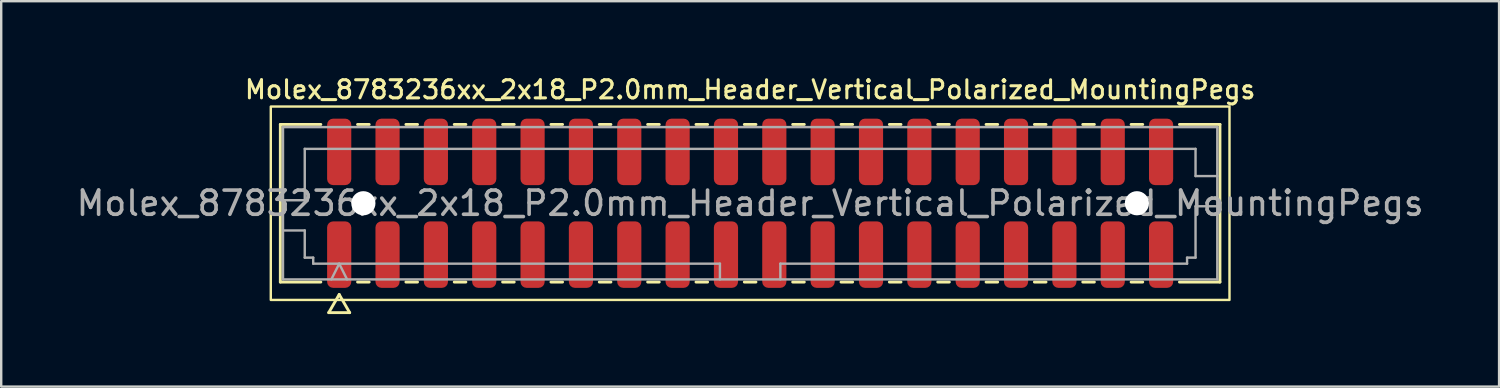
<source format=kicad_pcb>
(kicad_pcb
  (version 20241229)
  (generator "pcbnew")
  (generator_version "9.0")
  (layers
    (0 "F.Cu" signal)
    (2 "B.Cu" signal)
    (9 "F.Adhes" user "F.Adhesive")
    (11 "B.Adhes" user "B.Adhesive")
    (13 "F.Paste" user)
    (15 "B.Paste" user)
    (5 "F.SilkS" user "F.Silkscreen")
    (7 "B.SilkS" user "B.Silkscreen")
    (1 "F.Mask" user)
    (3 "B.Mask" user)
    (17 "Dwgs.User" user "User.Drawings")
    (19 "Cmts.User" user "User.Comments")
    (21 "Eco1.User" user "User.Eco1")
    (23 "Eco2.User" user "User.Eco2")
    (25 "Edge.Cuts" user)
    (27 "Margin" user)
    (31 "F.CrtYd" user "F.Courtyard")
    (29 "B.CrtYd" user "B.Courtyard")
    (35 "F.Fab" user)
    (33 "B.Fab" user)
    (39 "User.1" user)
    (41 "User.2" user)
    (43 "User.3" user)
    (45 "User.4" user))
  (footprint "Molex_8783236xx_2x18_P2.0mm_Header_Vertical_Polarized_MountingPegs"
    (layer "F.Cu")
    (at 27.982 5.358)
    (property "Reference" "Molex_8783236xx_2x18_P2.0mm_Header_Vertical_Polarized_MountingPegs" (at 0 -4.7 0) (layer "F.SilkS") (effects (font (size 0.75 0.75) (thickness 0.125))))
    (attr smd)
    (fp_line (start -19.435 -3.26) (end -17.76 -3.26) (stroke (width 0.12) (type solid)) (layer "F.SilkS"))
    (fp_line (start -19.435 3.26) (end -19.435 -3.26) (stroke (width 0.12) (type solid)) (layer "F.SilkS"))
    (fp_line (start -17.76 3.26) (end -19.435 3.26) (stroke (width 0.12) (type solid)) (layer "F.SilkS"))
    (fp_line (start -17.433 4.525) (end -17 3.775) (stroke (width 0.12) (type solid)) (layer "F.SilkS"))
    (fp_line (start -17 3.775) (end -16.567 4.525) (stroke (width 0.12) (type solid)) (layer "F.SilkS"))
    (fp_line (start -16.567 4.525) (end -17.433 4.525) (stroke (width 0.12) (type solid)) (layer "F.SilkS"))
    (fp_line (start -16.24 -3.26) (end -15.76 -3.26) (stroke (width 0.12) (type solid)) (layer "F.SilkS"))
    (fp_line (start -15.76 3.26) (end -16.24 3.26) (stroke (width 0.12) (type solid)) (layer "F.SilkS"))
    (fp_line (start -14.24 -3.26) (end -13.76 -3.26) (stroke (width 0.12) (type solid)) (layer "F.SilkS"))
    (fp_line (start -13.76 3.26) (end -14.24 3.26) (stroke (width 0.12) (type solid)) (layer "F.SilkS"))
    (fp_line (start -12.24 -3.26) (end -11.76 -3.26) (stroke (width 0.12) (type solid)) (layer "F.SilkS"))
    (fp_line (start -11.76 3.26) (end -12.24 3.26) (stroke (width 0.12) (type solid)) (layer "F.SilkS"))
    (fp_line (start -10.24 -3.26) (end -9.76 -3.26) (stroke (width 0.12) (type solid)) (layer "F.SilkS"))
    (fp_line (start -9.76 3.26) (end -10.24 3.26) (stroke (width 0.12) (type solid)) (layer "F.SilkS"))
    (fp_line (start -8.24 -3.26) (end -7.76 -3.26) (stroke (width 0.12) (type solid)) (layer "F.SilkS"))
    (fp_line (start -7.76 3.26) (end -8.24 3.26) (stroke (width 0.12) (type solid)) (layer "F.SilkS"))
    (fp_line (start -6.24 -3.26) (end -5.76 -3.26) (stroke (width 0.12) (type solid)) (layer "F.SilkS"))
    (fp_line (start -5.76 3.26) (end -6.24 3.26) (stroke (width 0.12) (type solid)) (layer "F.SilkS"))
    (fp_line (start -4.24 -3.26) (end -3.76 -3.26) (stroke (width 0.12) (type solid)) (layer "F.SilkS"))
    (fp_line (start -3.76 3.26) (end -4.24 3.26) (stroke (width 0.12) (type solid)) (layer "F.SilkS"))
    (fp_line (start -2.24 -3.26) (end -1.76 -3.26) (stroke (width 0.12) (type solid)) (layer "F.SilkS"))
    (fp_line (start -1.76 3.26) (end -2.24 3.26) (stroke (width 0.12) (type solid)) (layer "F.SilkS"))
    (fp_line (start -0.24 -3.26) (end 0.24 -3.26) (stroke (width 0.12) (type solid)) (layer "F.SilkS"))
    (fp_line (start 0.24 3.26) (end -0.24 3.26) (stroke (width 0.12) (type solid)) (layer "F.SilkS"))
    (fp_line (start 1.76 -3.26) (end 2.24 -3.26) (stroke (width 0.12) (type solid)) (layer "F.SilkS"))
    (fp_line (start 2.24 3.26) (end 1.76 3.26) (stroke (width 0.12) (type solid)) (layer "F.SilkS"))
    (fp_line (start 3.76 -3.26) (end 4.24 -3.26) (stroke (width 0.12) (type solid)) (layer "F.SilkS"))
    (fp_line (start 4.24 3.26) (end 3.76 3.26) (stroke (width 0.12) (type solid)) (layer "F.SilkS"))
    (fp_line (start 5.76 -3.26) (end 6.24 -3.26) (stroke (width 0.12) (type solid)) (layer "F.SilkS"))
    (fp_line (start 6.24 3.26) (end 5.76 3.26) (stroke (width 0.12) (type solid)) (layer "F.SilkS"))
    (fp_line (start 7.76 -3.26) (end 8.24 -3.26) (stroke (width 0.12) (type solid)) (layer "F.SilkS"))
    (fp_line (start 8.24 3.26) (end 7.76 3.26) (stroke (width 0.12) (type solid)) (layer "F.SilkS"))
    (fp_line (start 9.76 -3.26) (end 10.24 -3.26) (stroke (width 0.12) (type solid)) (layer "F.SilkS"))
    (fp_line (start 10.24 3.26) (end 9.76 3.26) (stroke (width 0.12) (type solid)) (layer "F.SilkS"))
    (fp_line (start 11.76 -3.26) (end 12.24 -3.26) (stroke (width 0.12) (type solid)) (layer "F.SilkS"))
    (fp_line (start 12.24 3.26) (end 11.76 3.26) (stroke (width 0.12) (type solid)) (layer "F.SilkS"))
    (fp_line (start 13.76 -3.26) (end 14.24 -3.26) (stroke (width 0.12) (type solid)) (layer "F.SilkS"))
    (fp_line (start 14.24 3.26) (end 13.76 3.26) (stroke (width 0.12) (type solid)) (layer "F.SilkS"))
    (fp_line (start 15.76 -3.26) (end 16.24 -3.26) (stroke (width 0.12) (type solid)) (layer "F.SilkS"))
    (fp_line (start 16.24 3.26) (end 15.76 3.26) (stroke (width 0.12) (type solid)) (layer "F.SilkS"))
    (fp_line (start 17.76 -3.26) (end 19.435 -3.26) (stroke (width 0.12) (type solid)) (layer "F.SilkS"))
    (fp_line (start 19.435 -3.26) (end 19.435 3.26) (stroke (width 0.12) (type solid)) (layer "F.SilkS"))
    (fp_line (start 19.435 3.26) (end 17.76 3.26) (stroke (width 0.12) (type solid)) (layer "F.SilkS"))
    (fp_rect (start -19.83 -4) (end 19.83 4) (stroke (width 0.1) (type solid)) (fill no) (layer "F.SilkS"))
    (fp_line (start -19.325 -3.15) (end 19.325 -3.15) (stroke (width 0.1) (type solid)) (layer "F.Fab"))
    (fp_line (start -19.325 -0.125) (end -18.425 -0.125) (stroke (width 0.1) (type solid)) (layer "F.Fab"))
    (fp_line (start -19.325 1.125) (end -18.425 1.125) (stroke (width 0.1) (type solid)) (layer "F.Fab"))
    (fp_line (start -19.325 3.15) (end -19.325 -3.15) (stroke (width 0.1) (type solid)) (layer "F.Fab"))
    (fp_line (start -18.425 -2.25) (end 18.425 -2.25) (stroke (width 0.1) (type solid)) (layer "F.Fab"))
    (fp_line (start -18.425 -0.125) (end -18.425 -2.25) (stroke (width 0.1) (type solid)) (layer "F.Fab"))
    (fp_line (start -18.425 1.125) (end -18.425 2.25) (stroke (width 0.1) (type solid)) (layer "F.Fab"))
    (fp_line (start -18.425 2.25) (end -18.075 2.25) (stroke (width 0.1) (type solid)) (layer "F.Fab"))
    (fp_line (start -18.075 2.25) (end -18.075 2.5) (stroke (width 0.1) (type solid)) (layer "F.Fab"))
    (fp_line (start -18.075 2.5) (end -1.25 2.5) (stroke (width 0.1) (type solid)) (layer "F.Fab"))
    (fp_line (start -17.325 3.15) (end -17 2.5) (stroke (width 0.1) (type solid)) (layer "F.Fab"))
    (fp_line (start -17 2.5) (end -16.675 3.15) (stroke (width 0.1) (type solid)) (layer "F.Fab"))
    (fp_line (start -1.25 2.5) (end -1.25 3.15) (stroke (width 0.1) (type solid)) (layer "F.Fab"))
    (fp_line (start 1.25 2.5) (end 1.25 3.15) (stroke (width 0.1) (type solid)) (layer "F.Fab"))
    (fp_line (start 1.25 2.5) (end 18.075 2.5) (stroke (width 0.1) (type solid)) (layer "F.Fab"))
    (fp_line (start 18.075 2.25) (end 18.425 2.25) (stroke (width 0.1) (type solid)) (layer "F.Fab"))
    (fp_line (start 18.075 2.5) (end 18.075 2.25) (stroke (width 0.1) (type solid)) (layer "F.Fab"))
    (fp_line (start 18.425 -2.25) (end 18.425 -1.125) (stroke (width 0.1) (type solid)) (layer "F.Fab"))
    (fp_line (start 18.425 -1.125) (end 19.325 -1.125) (stroke (width 0.1) (type solid)) (layer "F.Fab"))
    (fp_line (start 18.425 0.125) (end 19.325 0.125) (stroke (width 0.1) (type solid)) (layer "F.Fab"))
    (fp_line (start 18.425 2.25) (end 18.425 0.125) (stroke (width 0.1) (type solid)) (layer "F.Fab"))
    (fp_line (start 19.325 -3.15) (end 19.325 3.15) (stroke (width 0.1) (type solid)) (layer "F.Fab"))
    (fp_line (start 19.325 3.15) (end -19.325 3.15) (stroke (width 0.1) (type solid)) (layer "F.Fab"))
    (fp_text user "${REFERENCE}" (at 0 0 0) (layer "F.Fab") (effects (font (size 1 1) (thickness 0.15))))
    (pad "" np_thru_hole circle (at -16 0) (size 1 1) (drill 1) (layers "*.Cu" "*.Mask"))
    (pad "" np_thru_hole circle (at 16 0) (size 1 1) (drill 1) (layers "*.Cu" "*.Mask"))
    (pad "1" smd roundrect (at -17 2.125) (size 1 2.75) (layers "F.Cu" "F.Mask" "F.Paste") (roundrect_rratio 0.25))
    (pad "2" smd roundrect (at -17 -2.125) (size 1 2.75) (layers "F.Cu" "F.Mask" "F.Paste") (roundrect_rratio 0.25))
    (pad "3" smd roundrect (at -15 2.125) (size 1 2.75) (layers "F.Cu" "F.Mask" "F.Paste") (roundrect_rratio 0.25))
    (pad "4" smd roundrect (at -15 -2.125) (size 1 2.75) (layers "F.Cu" "F.Mask" "F.Paste") (roundrect_rratio 0.25))
    (pad "5" smd roundrect (at -13 2.125) (size 1 2.75) (layers "F.Cu" "F.Mask" "F.Paste") (roundrect_rratio 0.25))
    (pad "6" smd roundrect (at -13 -2.125) (size 1 2.75) (layers "F.Cu" "F.Mask" "F.Paste") (roundrect_rratio 0.25))
    (pad "7" smd roundrect (at -11 2.125) (size 1 2.75) (layers "F.Cu" "F.Mask" "F.Paste") (roundrect_rratio 0.25))
    (pad "8" smd roundrect (at -11 -2.125) (size 1 2.75) (layers "F.Cu" "F.Mask" "F.Paste") (roundrect_rratio 0.25))
    (pad "9" smd roundrect (at -9 2.125) (size 1 2.75) (layers "F.Cu" "F.Mask" "F.Paste") (roundrect_rratio 0.25))
    (pad "10" smd roundrect (at -9 -2.125) (size 1 2.75) (layers "F.Cu" "F.Mask" "F.Paste") (roundrect_rratio 0.25))
    (pad "11" smd roundrect (at -7 2.125) (size 1 2.75) (layers "F.Cu" "F.Mask" "F.Paste") (roundrect_rratio 0.25))
    (pad "12" smd roundrect (at -7 -2.125) (size 1 2.75) (layers "F.Cu" "F.Mask" "F.Paste") (roundrect_rratio 0.25))
    (pad "13" smd roundrect (at -5 2.125) (size 1 2.75) (layers "F.Cu" "F.Mask" "F.Paste") (roundrect_rratio 0.25))
    (pad "14" smd roundrect (at -5 -2.125) (size 1 2.75) (layers "F.Cu" "F.Mask" "F.Paste") (roundrect_rratio 0.25))
    (pad "15" smd roundrect (at -3 2.125) (size 1 2.75) (layers "F.Cu" "F.Mask" "F.Paste") (roundrect_rratio 0.25))
    (pad "16" smd roundrect (at -3 -2.125) (size 1 2.75) (layers "F.Cu" "F.Mask" "F.Paste") (roundrect_rratio 0.25))
    (pad "17" smd roundrect (at -1 2.125) (size 1 2.75) (layers "F.Cu" "F.Mask" "F.Paste") (roundrect_rratio 0.25))
    (pad "18" smd roundrect (at -1 -2.125) (size 1 2.75) (layers "F.Cu" "F.Mask" "F.Paste") (roundrect_rratio 0.25))
    (pad "19" smd roundrect (at 1 2.125) (size 1 2.75) (layers "F.Cu" "F.Mask" "F.Paste") (roundrect_rratio 0.25))
    (pad "20" smd roundrect (at 1 -2.125) (size 1 2.75) (layers "F.Cu" "F.Mask" "F.Paste") (roundrect_rratio 0.25))
    (pad "21" smd roundrect (at 3 2.125) (size 1 2.75) (layers "F.Cu" "F.Mask" "F.Paste") (roundrect_rratio 0.25))
    (pad "22" smd roundrect (at 3 -2.125) (size 1 2.75) (layers "F.Cu" "F.Mask" "F.Paste") (roundrect_rratio 0.25))
    (pad "23" smd roundrect (at 5 2.125) (size 1 2.75) (layers "F.Cu" "F.Mask" "F.Paste") (roundrect_rratio 0.25))
    (pad "24" smd roundrect (at 5 -2.125) (size 1 2.75) (layers "F.Cu" "F.Mask" "F.Paste") (roundrect_rratio 0.25))
    (pad "25" smd roundrect (at 7 2.125) (size 1 2.75) (layers "F.Cu" "F.Mask" "F.Paste") (roundrect_rratio 0.25))
    (pad "26" smd roundrect (at 7 -2.125) (size 1 2.75) (layers "F.Cu" "F.Mask" "F.Paste") (roundrect_rratio 0.25))
    (pad "27" smd roundrect (at 9 2.125) (size 1 2.75) (layers "F.Cu" "F.Mask" "F.Paste") (roundrect_rratio 0.25))
    (pad "28" smd roundrect (at 9 -2.125) (size 1 2.75) (layers "F.Cu" "F.Mask" "F.Paste") (roundrect_rratio 0.25))
    (pad "29" smd roundrect (at 11 2.125) (size 1 2.75) (layers "F.Cu" "F.Mask" "F.Paste") (roundrect_rratio 0.25))
    (pad "30" smd roundrect (at 11 -2.125) (size 1 2.75) (layers "F.Cu" "F.Mask" "F.Paste") (roundrect_rratio 0.25))
    (pad "31" smd roundrect (at 13 2.125) (size 1 2.75) (layers "F.Cu" "F.Mask" "F.Paste") (roundrect_rratio 0.25))
    (pad "32" smd roundrect (at 13 -2.125) (size 1 2.75) (layers "F.Cu" "F.Mask" "F.Paste") (roundrect_rratio 0.25))
    (pad "33" smd roundrect (at 15 2.125) (size 1 2.75) (layers "F.Cu" "F.Mask" "F.Paste") (roundrect_rratio 0.25))
    (pad "34" smd roundrect (at 15 -2.125) (size 1 2.75) (layers "F.Cu" "F.Mask" "F.Paste") (roundrect_rratio 0.25))
    (pad "35" smd roundrect (at 17 2.125) (size 1 2.75) (layers "F.Cu" "F.Mask" "F.Paste") (roundrect_rratio 0.25))
    (pad "36" smd roundrect (at 17 -2.125) (size 1 2.75) (layers "F.Cu" "F.Mask" "F.Paste") (roundrect_rratio 0.25)))
  (gr_rect
    (start -3 -3)
    (end 58.964 12.943)
    (stroke (width 0.1) (type default))
    (fill no)
    (layer "Edge.Cuts")))
</source>
